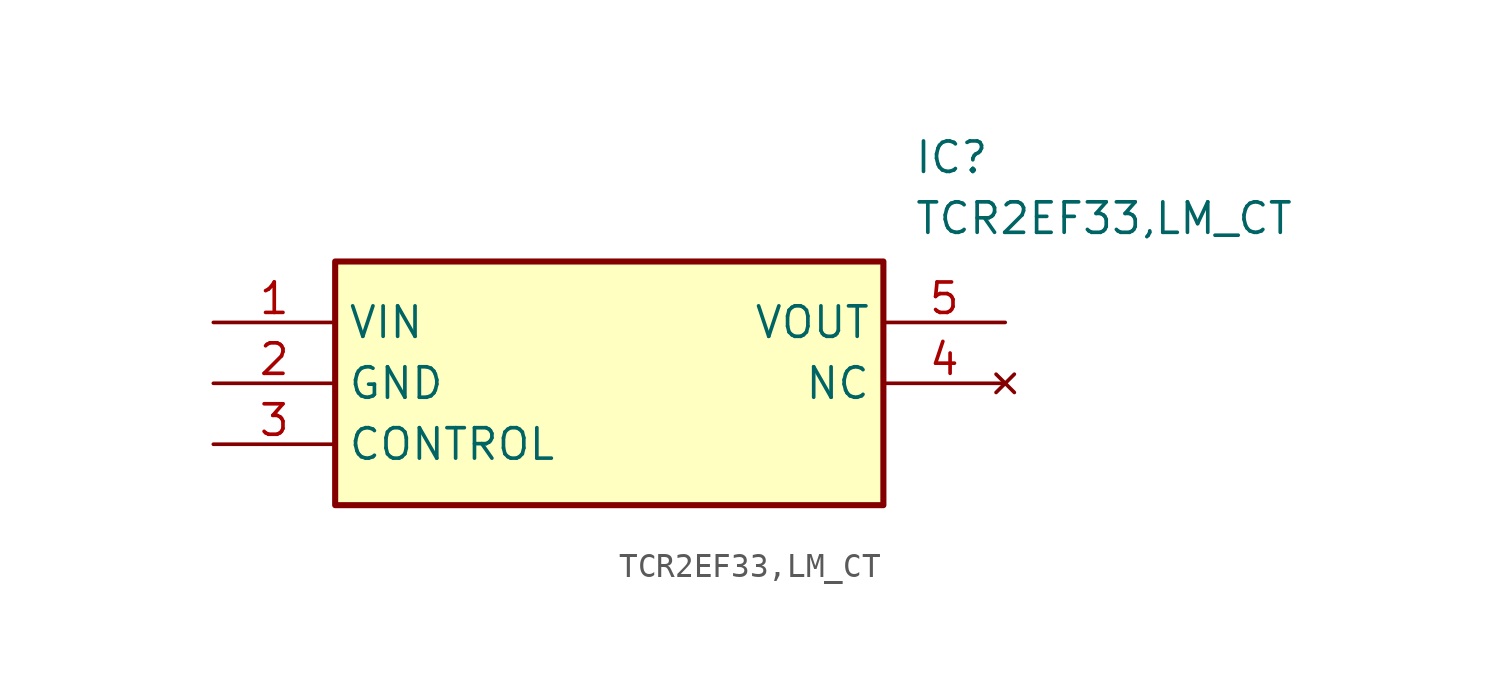
<source format=kicad_sym>
(kicad_symbol_lib
  (version 20211014)
  (generator SamacSys_ECAD_Model)
  (symbol "TCR2EF33,LM_CT"
    (property "Reference" "IC"
      (at 29.21 7.62 0)
      (effects (font (size 1.27 1.27)) (justify left top)))
    (property "Value" "TCR2EF33,LM_CT"
      (at 29.21 5.08 0)
      (effects (font (size 1.27 1.27)) (justify left top)))
    (rectangle
      (start 5.08 2.54)
      (end 27.94 -7.62)
      (stroke (width 0.254) (type default))
      (fill (type background)))
    (pin passive line
      (at 0 0 0)
      (length 5.08)
      (name "VIN" (effects (font (size 1.27 1.27))))
      (number "1" (effects (font (size 1.27 1.27)))))
    (pin passive line
      (at 0 -2.54 0)
      (length 5.08)
      (name "GND" (effects (font (size 1.27 1.27))))
      (number "2" (effects (font (size 1.27 1.27)))))
    (pin passive line
      (at 0 -5.08 0)
      (length 5.08)
      (name "CONTROL" (effects (font (size 1.27 1.27))))
      (number "3" (effects (font (size 1.27 1.27)))))
    (pin no_connect line
      (at 33.02 -2.54 180)
      (length 5.08)
      (name "NC" (effects (font (size 1.27 1.27))))
      (number "4" (effects (font (size 1.27 1.27)))))
    (pin passive line
      (at 33.02 0 180)
      (length 5.08)
      (name "VOUT" (effects (font (size 1.27 1.27))))
      (number "5" (effects (font (size 1.27 1.27)))))))
</source>
